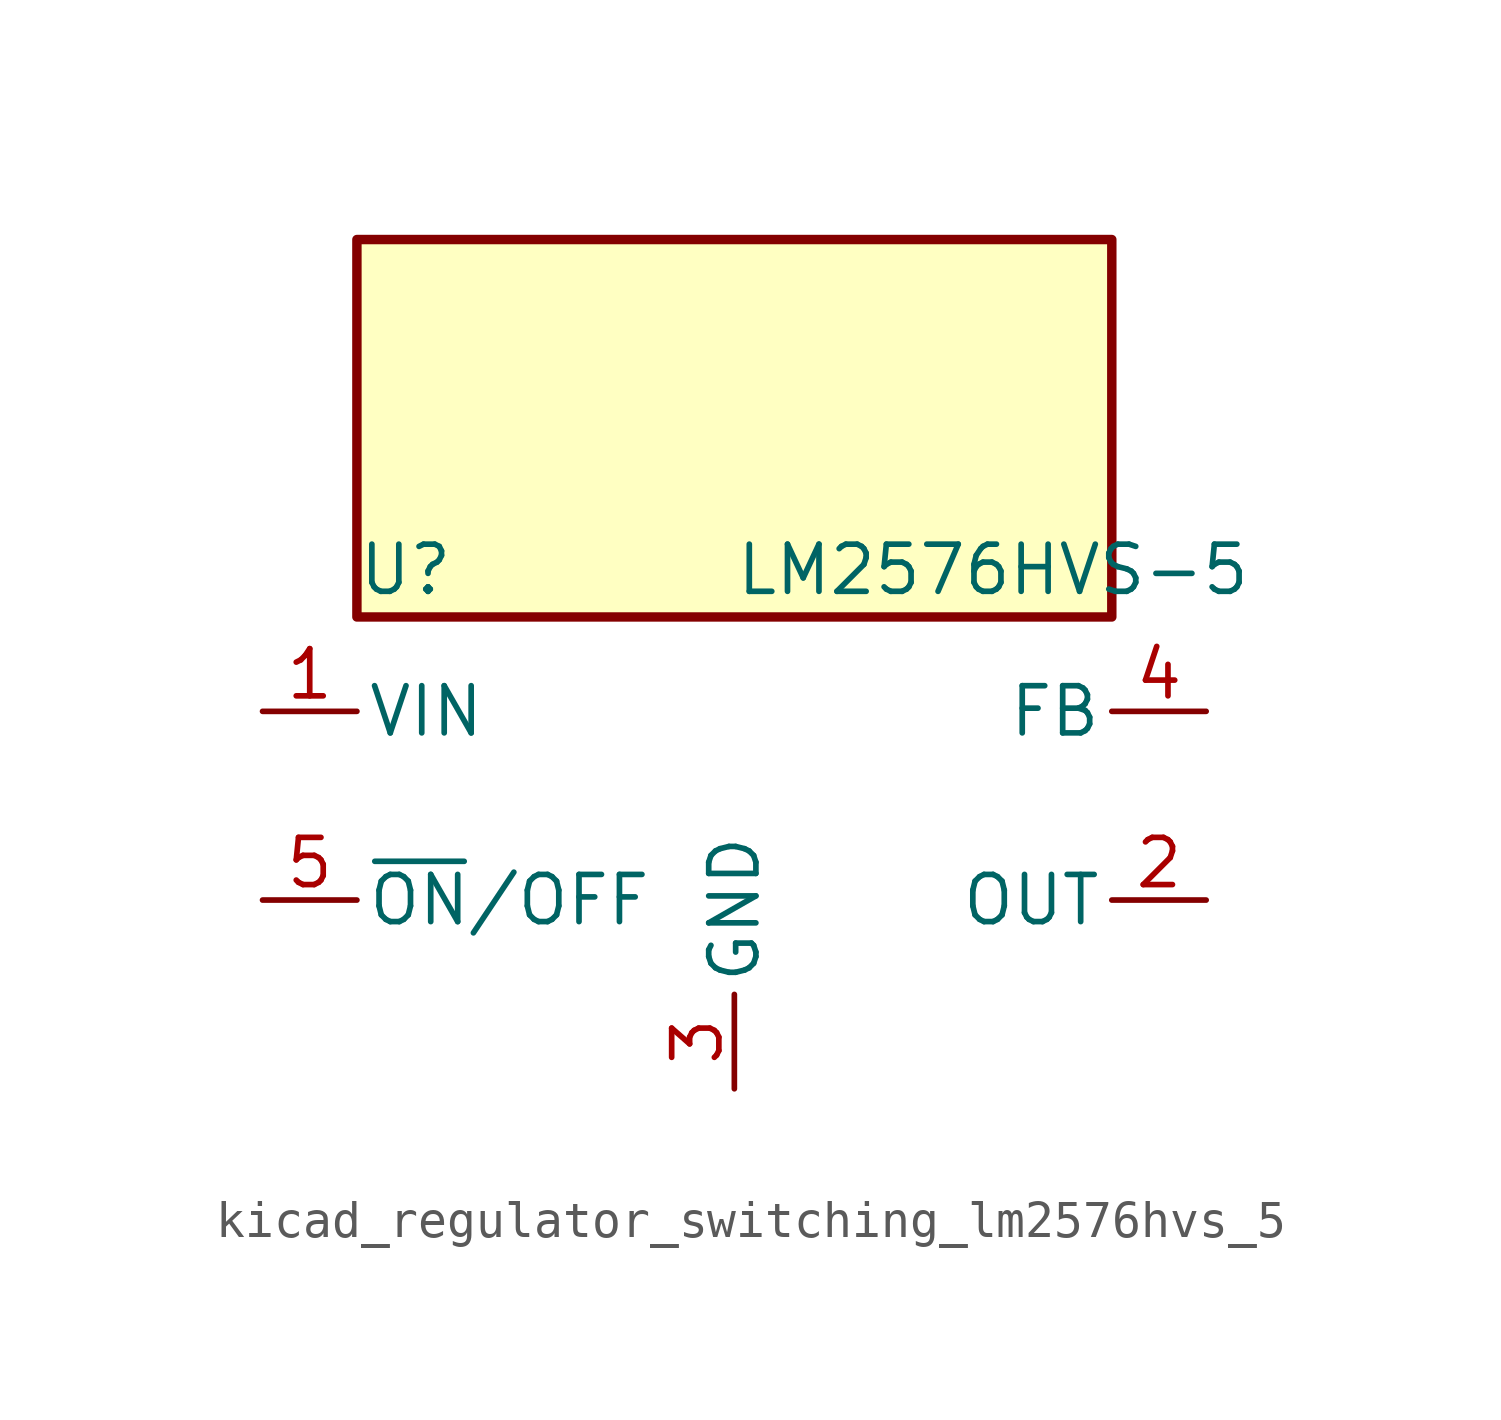
<source format=kicad_sym>
(kicad_symbol_lib
  (version 20220914)
  (generator kicad_symbol_editor)
  (symbol "kicad_regulator_switching_lm2576hvs_5"
    (pin_names
      (offset 0.254))
    (property "Reference" "U"
      (at -10.16 6.35 0)
      (effects (font (size 1.27 1.27)) (justify left)))
    (property "Value" "LM2576HVS-5"
      (at 0 6.35 0)
      (effects (font (size 1.27 1.27)) (justify left)))
    (symbol "kicad_regulator_switching_lm2576hvs_5_0_1"
      (rectangle (start 10.16 15.24) (end -10.16 5.08) (stroke (width 0.254) (type default)) (fill (type background))))
    (symbol "kicad_regulator_switching_lm2576hvs_5_1_1"
      (pin power_in line (at -12.7 2.54 0) (length 2.54) (name "VIN" (effects (font (size 1.27 1.27)))) (number "1" (effects (font (size 1.27 1.27)))))
      (pin output line (at 12.7 -2.54 180) (length 2.54) (name "OUT" (effects (font (size 1.27 1.27)))) (number "2" (effects (font (size 1.27 1.27)))))
      (pin power_in line (at 0 -7.62 90) (length 2.54) (name "GND" (effects (font (size 1.27 1.27)))) (number "3" (effects (font (size 1.27 1.27)))))
      (pin input line (at 12.7 2.54 180) (length 2.54) (name "FB" (effects (font (size 1.27 1.27)))) (number "4" (effects (font (size 1.27 1.27)))))
      (pin input line (at -12.7 -2.54 0) (length 2.54) (name "~{ON}/OFF" (effects (font (size 1.27 1.27)))) (number "5" (effects (font (size 1.27 1.27))))))))
</source>
